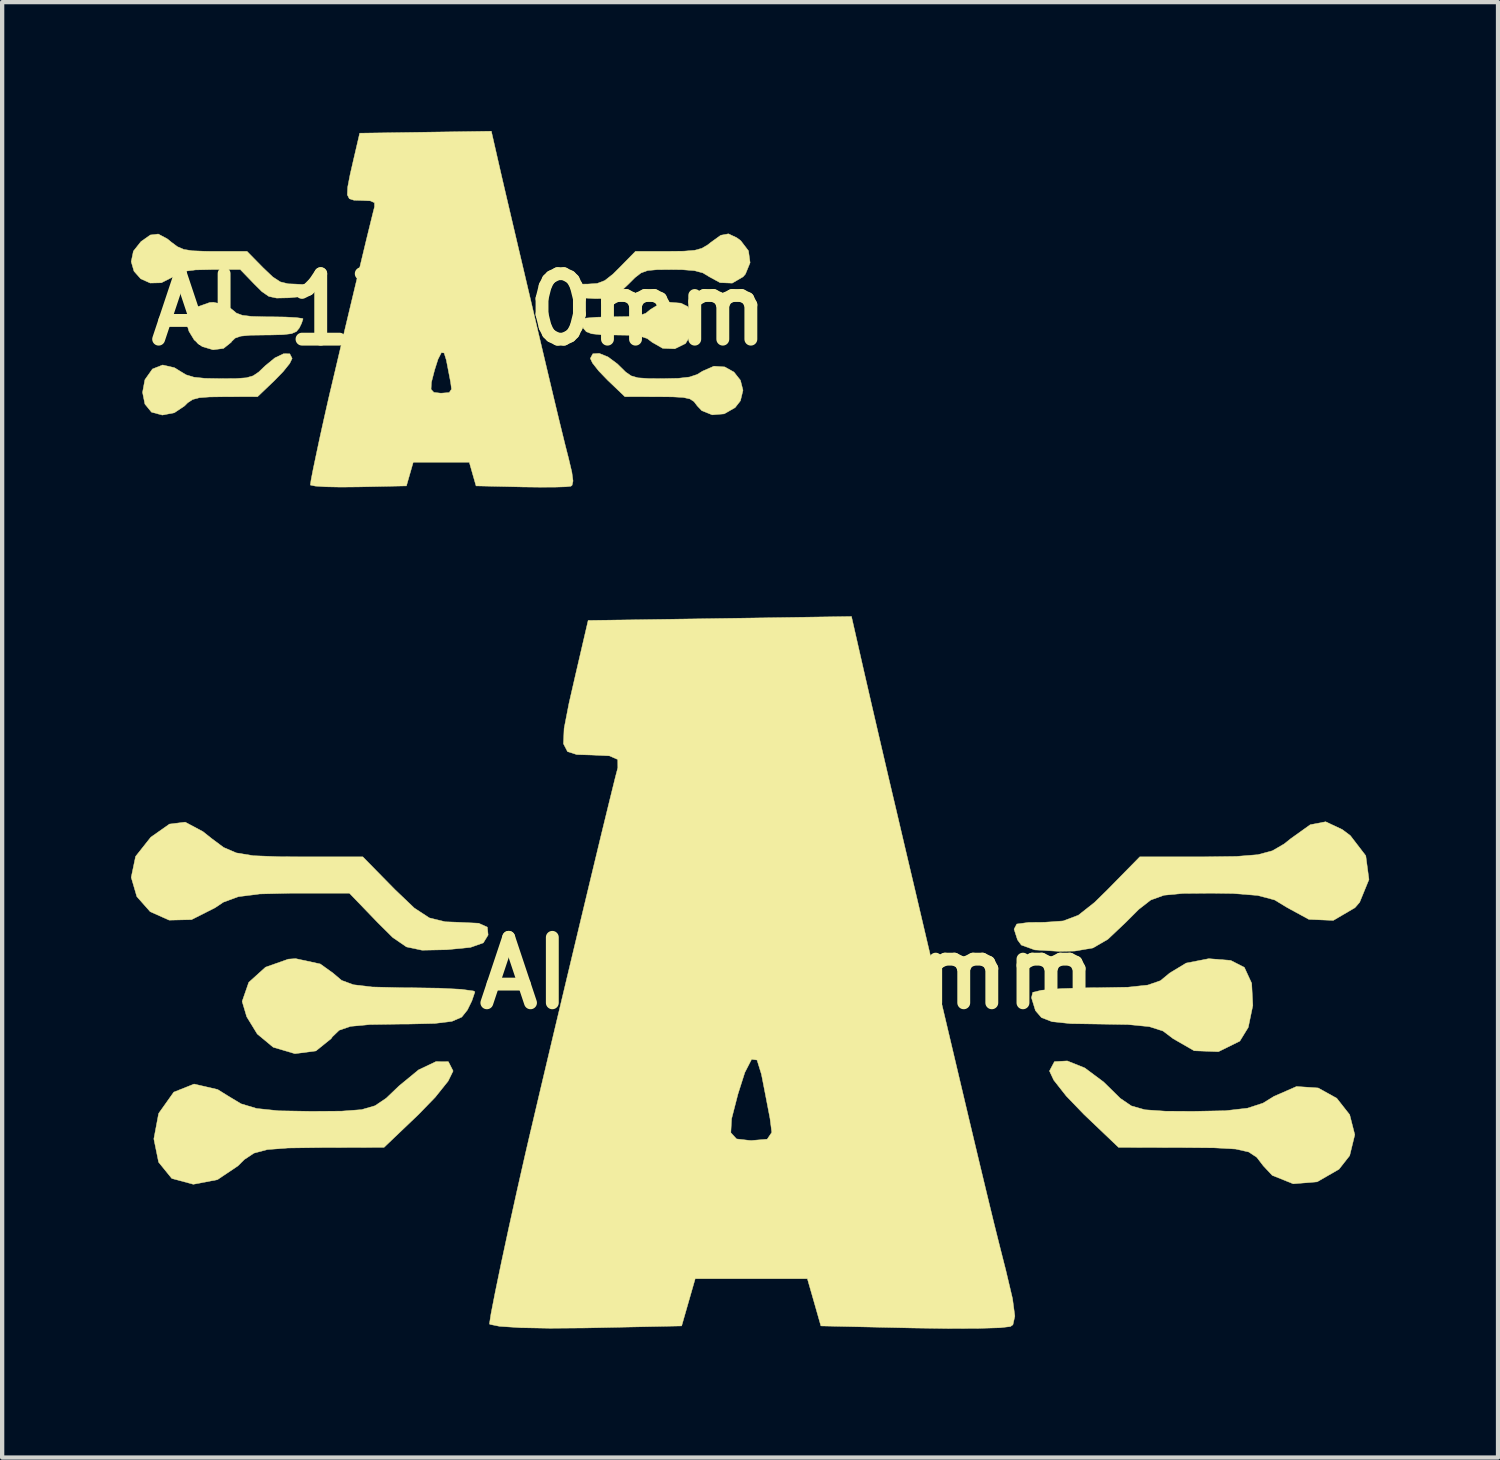
<source format=kicad_pcb>
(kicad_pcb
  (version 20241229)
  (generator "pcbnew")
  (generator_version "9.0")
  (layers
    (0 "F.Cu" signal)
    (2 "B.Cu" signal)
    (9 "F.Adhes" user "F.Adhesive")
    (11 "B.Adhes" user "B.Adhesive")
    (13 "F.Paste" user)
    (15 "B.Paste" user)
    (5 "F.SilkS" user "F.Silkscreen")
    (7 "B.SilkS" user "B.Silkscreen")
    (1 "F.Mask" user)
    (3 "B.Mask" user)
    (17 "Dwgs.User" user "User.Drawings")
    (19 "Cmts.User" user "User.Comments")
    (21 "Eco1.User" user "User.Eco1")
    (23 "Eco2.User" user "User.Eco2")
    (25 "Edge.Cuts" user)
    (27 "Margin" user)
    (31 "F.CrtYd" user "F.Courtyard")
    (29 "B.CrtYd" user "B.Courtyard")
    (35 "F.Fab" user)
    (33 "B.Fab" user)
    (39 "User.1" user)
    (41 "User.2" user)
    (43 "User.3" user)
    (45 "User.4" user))
  (footprint "AI 17x10mm"
    (layer "F.Cu")
    (at 7.647 4.157)
    (property "Reference" "AI 17x10mm" (at 0 0 0) (layer "F.SilkS") (effects (font (size 1.524 1.524) (thickness 0.3))))
    (attr through_hole)
    (fp_poly (pts (xy 5.159 -0.148) (xy 5.317 -0.068) (xy 5.402 0.117) (xy 5.415 0.375) (xy 5.363 0.63) (xy 5.264 0.791) (xy 5.015 0.914) (xy 4.733 0.903) (xy 4.487 0.762) (xy 4.371 0.674) (xy 4.21 0.622) (xy 3.962 0.598) (xy 3.644 0.593) (xy 3.296 0.587) (xy 3.079 0.564) (xy 2.955 0.517) (xy 2.886 0.437) (xy 2.885 0.434) (xy 2.838 0.285) (xy 2.853 0.223) (xy 2.958 0.198) (xy 3.187 0.179) (xy 3.498 0.17) (xy 3.599 0.169) (xy 3.959 0.163) (xy 4.192 0.139) (xy 4.339 0.087) (xy 4.444 0.001) (xy 4.445 0) (xy 4.639 -0.118) (xy 4.902 -0.169) (xy 5.159 -0.148)) (stroke (width 0.01) (type solid)) (fill yes) (layer "F.SilkS"))
    (fp_poly (pts (xy -5.441 -0.107) (xy -5.292 0) (xy -5.193 0.083) (xy -5.055 0.134) (xy -4.838 0.16) (xy -4.502 0.169) (xy -4.39 0.169) (xy -4.057 0.174) (xy -3.8 0.188) (xy -3.658 0.207) (xy -3.641 0.217) (xy -3.676 0.322) (xy -3.728 0.429) (xy -3.794 0.511) (xy -3.908 0.561) (xy -4.108 0.585) (xy -4.433 0.593) (xy -4.512 0.593) (xy -4.865 0.598) (xy -5.088 0.619) (xy -5.22 0.664) (xy -5.301 0.741) (xy -5.314 0.762) (xy -5.492 0.905) (xy -5.736 0.937) (xy -5.989 0.862) (xy -6.175 0.708) (xy -6.297 0.507) (xy -6.35 0.33) (xy -6.35 0.327) (xy -6.274 0.107) (xy -6.078 -0.07) (xy -5.813 -0.164) (xy -5.728 -0.169) (xy -5.441 -0.107)) (stroke (width 0.01) (type solid)) (fill yes) (layer "F.SilkS"))
    (fp_poly (pts (xy -3.95 1.031) (xy -3.895 1.138) (xy -3.952 1.256) (xy -4.103 1.444) (xy -4.297 1.644) (xy -4.699 2.028) (xy -5.451 2.03) (xy -5.818 2.035) (xy -6.058 2.053) (xy -6.213 2.095) (xy -6.326 2.17) (xy -6.4 2.244) (xy -6.639 2.404) (xy -6.919 2.457) (xy -7.168 2.39) (xy -7.17 2.389) (xy -7.323 2.201) (xy -7.378 1.929) (xy -7.324 1.637) (xy -7.32 1.629) (xy -7.147 1.384) (xy -6.91 1.291) (xy -6.636 1.354) (xy -6.516 1.428) (xy -6.364 1.52) (xy -6.182 1.575) (xy -5.925 1.602) (xy -5.546 1.609) (xy -5.192 1.606) (xy -4.961 1.589) (xy -4.803 1.543) (xy -4.673 1.455) (xy -4.524 1.312) (xy -4.297 1.126) (xy -4.095 1.029) (xy -3.95 1.031)) (stroke (width 0.01) (type solid)) (fill yes) (layer "F.SilkS"))
    (fp_poly (pts (xy 3.459 1.103) (xy 3.678 1.266) (xy 3.725 1.312) (xy 3.873 1.457) (xy 4.001 1.545) (xy 4.159 1.59) (xy 4.395 1.606) (xy 4.719 1.609) (xy 5.097 1.601) (xy 5.353 1.572) (xy 5.535 1.512) (xy 5.662 1.434) (xy 5.925 1.319) (xy 6.177 1.336) (xy 6.392 1.456) (xy 6.543 1.647) (xy 6.602 1.88) (xy 6.543 2.124) (xy 6.419 2.283) (xy 6.164 2.429) (xy 5.886 2.452) (xy 5.642 2.354) (xy 5.538 2.244) (xy 5.461 2.143) (xy 5.366 2.081) (xy 5.214 2.047) (xy 4.966 2.033) (xy 4.626 2.03) (xy 3.852 2.028) (xy 3.45 1.644) (xy 3.243 1.429) (xy 3.098 1.245) (xy 3.048 1.138) (xy 3.106 1.03) (xy 3.256 1.021) (xy 3.459 1.103)) (stroke (width 0.01) (type solid)) (fill yes) (layer "F.SilkS"))
    (fp_poly (pts (xy -6.807 -1.649) (xy -6.704 -1.566) (xy -6.565 -1.463) (xy -6.419 -1.4) (xy -6.219 -1.368) (xy -5.919 -1.356) (xy -5.699 -1.355) (xy -4.946 -1.355) (xy -4.572 -0.974) (xy -4.346 -0.759) (xy -4.17 -0.644) (xy -3.986 -0.599) (xy -3.828 -0.593) (xy -3.597 -0.581) (xy -3.496 -0.536) (xy -3.487 -0.445) (xy -3.543 -0.353) (xy -3.692 -0.3) (xy -3.972 -0.273) (xy -3.98 -0.273) (xy -4.256 -0.267) (xy -4.438 -0.306) (xy -4.599 -0.417) (xy -4.773 -0.59) (xy -5.102 -0.931) (xy -5.776 -0.931) (xy -6.147 -0.923) (xy -6.396 -0.891) (xy -6.569 -0.826) (xy -6.666 -0.762) (xy -6.94 -0.623) (xy -7.2 -0.617) (xy -7.421 -0.716) (xy -7.577 -0.892) (xy -7.642 -1.115) (xy -7.591 -1.36) (xy -7.414 -1.583) (xy -7.197 -1.736) (xy -7.013 -1.758) (xy -6.807 -1.649)) (stroke (width 0.01) (type solid)) (fill yes) (layer "F.SilkS"))
    (fp_poly (pts (xy 6.457 -1.672) (xy 6.55 -1.603) (xy 6.73 -1.367) (xy 6.768 -1.091) (xy 6.659 -0.825) (xy 6.604 -0.762) (xy 6.352 -0.615) (xy 6.068 -0.626) (xy 5.819 -0.762) (xy 5.668 -0.853) (xy 5.473 -0.905) (xy 5.185 -0.928) (xy 4.936 -0.931) (xy 4.6 -0.928) (xy 4.381 -0.908) (xy 4.228 -0.852) (xy 4.087 -0.743) (xy 3.937 -0.593) (xy 3.727 -0.394) (xy 3.553 -0.293) (xy 3.341 -0.258) (xy 3.167 -0.254) (xy 2.877 -0.271) (xy 2.721 -0.328) (xy 2.676 -0.388) (xy 2.636 -0.513) (xy 2.668 -0.572) (xy 2.807 -0.591) (xy 2.988 -0.593) (xy 3.209 -0.608) (xy 3.384 -0.675) (xy 3.573 -0.823) (xy 3.725 -0.974) (xy 4.099 -1.355) (xy 4.853 -1.355) (xy 5.225 -1.359) (xy 5.473 -1.379) (xy 5.643 -1.425) (xy 5.78 -1.505) (xy 5.857 -1.566) (xy 6.084 -1.729) (xy 6.263 -1.763) (xy 6.457 -1.672)) (stroke (width 0.01) (type solid)) (fill yes) (layer "F.SilkS"))
    (fp_poly (pts (xy 0.883 -3.537) (xy 0.976 -3.13) (xy 1.085 -2.662) (xy 1.183 -2.244) (xy 1.265 -1.894) (xy 1.372 -1.437) (xy 1.491 -0.933) (xy 1.607 -0.438) (xy 1.611 -0.423) (xy 1.812 0.434) (xy 1.98 1.145) (xy 2.118 1.728) (xy 2.231 2.203) (xy 2.323 2.587) (xy 2.4 2.901) (xy 2.464 3.162) (xy 2.522 3.389) (xy 2.539 3.455) (xy 2.618 3.789) (xy 2.645 3.992) (xy 2.622 4.093) (xy 2.594 4.114) (xy 2.472 4.127) (xy 2.218 4.135) (xy 1.868 4.136) (xy 1.458 4.131) (xy 1.438 4.13) (xy 0.387 4.106) (xy 0.308 3.831) (xy 0.23 3.556) (xy -1.076 3.556) (xy -1.155 3.831) (xy -1.234 4.106) (xy -2.353 4.13) (xy -2.765 4.134) (xy -3.11 4.127) (xy -3.354 4.111) (xy -3.467 4.088) (xy -3.471 4.082) (xy -3.454 3.966) (xy -3.406 3.719) (xy -3.334 3.376) (xy -3.248 2.971) (xy -3.152 2.538) (xy -3.056 2.112) (xy -3.008 1.905) (xy -2.996 1.857) (xy -0.661 1.857) (xy -0.595 1.929) (xy -0.443 1.947) (xy -0.417 1.947) (xy -0.238 1.933) (xy -0.184 1.854) (xy -0.205 1.693) (xy -0.26 1.411) (xy -0.305 1.177) (xy -0.357 1.011) (xy -0.42 1.003) (xy -0.498 1.156) (xy -0.578 1.407) (xy -0.652 1.694) (xy -0.661 1.857) (xy -2.996 1.857) (xy -2.865 1.302) (xy -2.717 0.673) (xy -2.567 0.043) (xy -2.422 -0.564) (xy -2.287 -1.124) (xy -2.17 -1.612) (xy -2.074 -2.004) (xy -2.007 -2.275) (xy -1.977 -2.392) (xy -1.978 -2.487) (xy -2.076 -2.531) (xy -2.28 -2.54) (xy -2.455 -2.545) (xy -2.563 -2.579) (xy -2.61 -2.671) (xy -2.602 -2.849) (xy -2.546 -3.14) (xy -2.47 -3.471) (xy -2.322 -4.106) (xy -0.79 -4.129) (xy 0.743 -4.152) (xy 0.883 -3.537)) (stroke (width 0.01) (type solid)) (fill yes) (layer "F.SilkS")))
  (footprint "AI 34x20mm"
    (layer "F.Cu")
    (at 15.289 19.609)
    (property "Reference" "AI 34x20mm" (at 0 0 0) (layer "F.SilkS") (effects (font (size 1.524 1.524) (thickness 0.3))))
    (attr through_hole)
    (fp_poly (pts (xy 10.317 -0.297) (xy 10.634 -0.135) (xy 10.804 0.234) (xy 10.831 0.751) (xy 10.725 1.261) (xy 10.528 1.582) (xy 10.029 1.828) (xy 9.465 1.806) (xy 8.975 1.524) (xy 8.741 1.347) (xy 8.42 1.244) (xy 7.923 1.196) (xy 7.287 1.185) (xy 6.591 1.174) (xy 6.157 1.129) (xy 5.91 1.034) (xy 5.772 0.874) (xy 5.769 0.869) (xy 5.677 0.571) (xy 5.707 0.446) (xy 5.915 0.396) (xy 6.374 0.359) (xy 6.997 0.34) (xy 7.199 0.339) (xy 7.918 0.326) (xy 8.384 0.277) (xy 8.679 0.175) (xy 8.888 0.003) (xy 8.89 0) (xy 9.278 -0.235) (xy 9.805 -0.338) (xy 10.317 -0.297)) (stroke (width 0.01) (type solid)) (fill yes) (layer "F.SilkS"))
    (fp_poly (pts (xy -10.882 -0.215) (xy -10.583 0) (xy -10.386 0.167) (xy -10.11 0.269) (xy -9.676 0.321) (xy -9.003 0.338) (xy -8.779 0.339) (xy -8.114 0.349) (xy -7.601 0.375) (xy -7.315 0.414) (xy -7.281 0.434) (xy -7.352 0.644) (xy -7.457 0.858) (xy -7.588 1.022) (xy -7.816 1.121) (xy -8.217 1.17) (xy -8.866 1.185) (xy -9.025 1.185) (xy -9.731 1.196) (xy -10.177 1.238) (xy -10.441 1.328) (xy -10.601 1.482) (xy -10.629 1.524) (xy -10.984 1.81) (xy -11.472 1.874) (xy -11.978 1.724) (xy -12.349 1.416) (xy -12.595 1.014) (xy -12.7 0.661) (xy -12.7 0.654) (xy -12.547 0.213) (xy -12.156 -0.14) (xy -11.626 -0.327) (xy -11.456 -0.339) (xy -10.882 -0.215)) (stroke (width 0.01) (type solid)) (fill yes) (layer "F.SilkS"))
    (fp_poly (pts (xy -7.899 2.061) (xy -7.789 2.277) (xy -7.905 2.513) (xy -8.206 2.889) (xy -8.594 3.289) (xy -9.398 4.056) (xy -10.903 4.06) (xy -11.636 4.07) (xy -12.115 4.107) (xy -12.426 4.19) (xy -12.652 4.34) (xy -12.799 4.487) (xy -13.277 4.808) (xy -13.838 4.915) (xy -14.337 4.78) (xy -14.34 4.778) (xy -14.646 4.401) (xy -14.757 3.858) (xy -14.647 3.274) (xy -14.64 3.258) (xy -14.293 2.769) (xy -13.82 2.581) (xy -13.272 2.708) (xy -13.032 2.857) (xy -12.727 3.041) (xy -12.364 3.15) (xy -11.849 3.204) (xy -11.093 3.217) (xy -10.385 3.212) (xy -9.921 3.177) (xy -9.607 3.086) (xy -9.346 2.91) (xy -9.048 2.625) (xy -8.595 2.252) (xy -8.19 2.059) (xy -7.899 2.061)) (stroke (width 0.01) (type solid)) (fill yes) (layer "F.SilkS"))
    (fp_poly (pts (xy 6.918 2.206) (xy 7.356 2.532) (xy 7.451 2.625) (xy 7.745 2.914) (xy 8.003 3.09) (xy 8.319 3.18) (xy 8.79 3.213) (xy 9.438 3.217) (xy 10.194 3.202) (xy 10.707 3.143) (xy 11.069 3.025) (xy 11.323 2.868) (xy 11.849 2.638) (xy 12.354 2.673) (xy 12.785 2.912) (xy 13.086 3.295) (xy 13.205 3.761) (xy 13.086 4.248) (xy 12.837 4.565) (xy 12.328 4.858) (xy 11.772 4.904) (xy 11.283 4.708) (xy 11.076 4.487) (xy 10.923 4.287) (xy 10.733 4.162) (xy 10.428 4.094) (xy 9.933 4.066) (xy 9.252 4.06) (xy 7.705 4.056) (xy 6.9 3.289) (xy 6.486 2.859) (xy 6.196 2.49) (xy 6.096 2.277) (xy 6.212 2.059) (xy 6.511 2.043) (xy 6.918 2.206)) (stroke (width 0.01) (type solid)) (fill yes) (layer "F.SilkS"))
    (fp_poly (pts (xy -13.614 -3.297) (xy -13.408 -3.133) (xy -13.131 -2.927) (xy -12.837 -2.801) (xy -12.437 -2.735) (xy -11.839 -2.712) (xy -11.398 -2.709) (xy -9.892 -2.709) (xy -9.144 -1.947) (xy -8.693 -1.517) (xy -8.341 -1.287) (xy -7.971 -1.197) (xy -7.657 -1.185) (xy -7.194 -1.163) (xy -6.992 -1.072) (xy -6.974 -0.889) (xy -7.086 -0.706) (xy -7.384 -0.601) (xy -7.944 -0.546) (xy -7.96 -0.546) (xy -8.511 -0.535) (xy -8.875 -0.612) (xy -9.197 -0.833) (xy -9.547 -1.181) (xy -10.204 -1.863) (xy -11.552 -1.863) (xy -12.294 -1.845) (xy -12.792 -1.781) (xy -13.139 -1.653) (xy -13.331 -1.524) (xy -13.879 -1.247) (xy -14.4 -1.235) (xy -14.842 -1.432) (xy -15.153 -1.783) (xy -15.284 -2.231) (xy -15.182 -2.719) (xy -14.828 -3.166) (xy -14.393 -3.472) (xy -14.027 -3.517) (xy -13.614 -3.297)) (stroke (width 0.01) (type solid)) (fill yes) (layer "F.SilkS"))
    (fp_poly (pts (xy 12.913 -3.345) (xy 13.1 -3.205) (xy 13.461 -2.735) (xy 13.535 -2.181) (xy 13.318 -1.65) (xy 13.208 -1.524) (xy 12.705 -1.229) (xy 12.136 -1.253) (xy 11.638 -1.524) (xy 11.337 -1.706) (xy 10.945 -1.81) (xy 10.37 -1.856) (xy 9.871 -1.863) (xy 9.199 -1.857) (xy 8.762 -1.815) (xy 8.455 -1.704) (xy 8.175 -1.486) (xy 7.874 -1.185) (xy 7.455 -0.789) (xy 7.107 -0.587) (xy 6.683 -0.515) (xy 6.334 -0.508) (xy 5.754 -0.542) (xy 5.441 -0.655) (xy 5.352 -0.776) (xy 5.272 -1.025) (xy 5.335 -1.145) (xy 5.613 -1.182) (xy 5.976 -1.185) (xy 6.418 -1.217) (xy 6.769 -1.35) (xy 7.145 -1.647) (xy 7.451 -1.947) (xy 8.199 -2.709) (xy 9.705 -2.709) (xy 10.449 -2.719) (xy 10.946 -2.759) (xy 11.286 -2.85) (xy 11.561 -3.01) (xy 11.715 -3.133) (xy 12.168 -3.457) (xy 12.527 -3.526) (xy 12.913 -3.345)) (stroke (width 0.01) (type solid)) (fill yes) (layer "F.SilkS"))
    (fp_poly (pts (xy 1.766 -7.073) (xy 1.953 -6.26) (xy 2.17 -5.324) (xy 2.365 -4.487) (xy 2.53 -3.788) (xy 2.744 -2.875) (xy 2.982 -1.866) (xy 3.214 -0.877) (xy 3.221 -0.847) (xy 3.624 0.867) (xy 3.96 2.289) (xy 4.236 3.456) (xy 4.462 4.405) (xy 4.647 5.175) (xy 4.799 5.802) (xy 4.929 6.323) (xy 5.044 6.777) (xy 5.078 6.91) (xy 5.236 7.578) (xy 5.29 7.984) (xy 5.245 8.186) (xy 5.187 8.227) (xy 4.944 8.255) (xy 4.436 8.27) (xy 3.736 8.273) (xy 2.916 8.261) (xy 2.875 8.26) (xy 0.774 8.213) (xy 0.617 7.662) (xy 0.459 7.112) (xy -2.152 7.112) (xy -2.31 7.662) (xy -2.468 8.213) (xy -4.705 8.26) (xy -5.531 8.267) (xy -6.219 8.254) (xy -6.708 8.222) (xy -6.934 8.176) (xy -6.943 8.163) (xy -6.907 7.931) (xy -6.811 7.438) (xy -6.669 6.751) (xy -6.495 5.941) (xy -6.304 5.076) (xy -6.111 4.224) (xy -6.015 3.81) (xy -5.992 3.714) (xy -1.323 3.714) (xy -1.19 3.859) (xy -0.886 3.894) (xy -0.833 3.895) (xy -0.476 3.865) (xy -0.369 3.707) (xy -0.41 3.387) (xy -0.519 2.821) (xy -0.61 2.354) (xy -0.713 2.022) (xy -0.839 2.005) (xy -0.997 2.312) (xy -1.157 2.814) (xy -1.305 3.389) (xy -1.323 3.714) (xy -5.992 3.714) (xy -5.731 2.603) (xy -5.433 1.345) (xy -5.133 0.085) (xy -4.843 -1.129) (xy -4.575 -2.248) (xy -4.34 -3.224) (xy -4.149 -4.007) (xy -4.015 -4.55) (xy -3.954 -4.784) (xy -3.956 -4.975) (xy -4.152 -5.061) (xy -4.561 -5.08) (xy -4.909 -5.09) (xy -5.125 -5.159) (xy -5.22 -5.342) (xy -5.205 -5.697) (xy -5.092 -6.28) (xy -4.94 -6.943) (xy -4.645 -8.213) (xy 1.486 -8.305) (xy 1.766 -7.073)) (stroke (width 0.01) (type solid)) (fill yes) (layer "F.SilkS")))
  (gr_rect
    (start -3 -3)
    (end 31.829 30.886)
    (stroke (width 0.1) (type default))
    (fill no)
    (layer "Edge.Cuts")))
</source>
